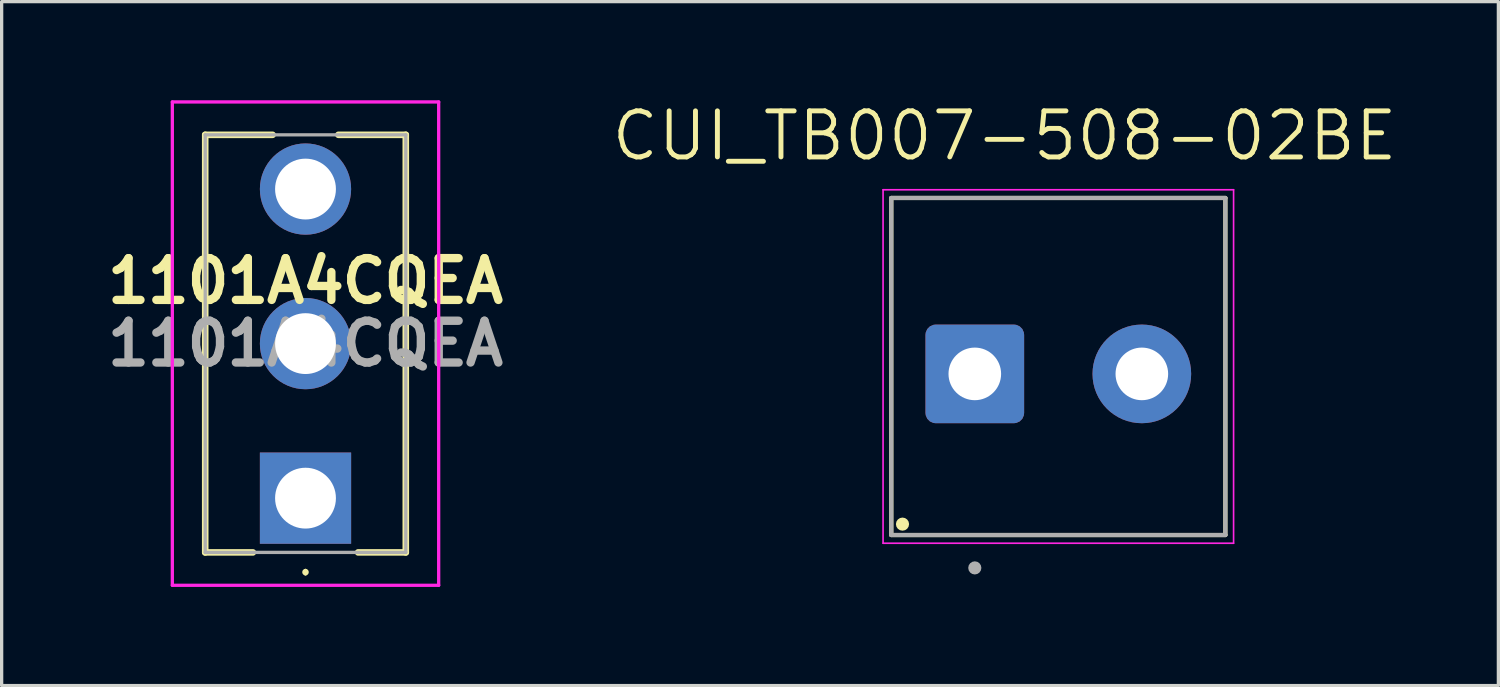
<source format=kicad_pcb>
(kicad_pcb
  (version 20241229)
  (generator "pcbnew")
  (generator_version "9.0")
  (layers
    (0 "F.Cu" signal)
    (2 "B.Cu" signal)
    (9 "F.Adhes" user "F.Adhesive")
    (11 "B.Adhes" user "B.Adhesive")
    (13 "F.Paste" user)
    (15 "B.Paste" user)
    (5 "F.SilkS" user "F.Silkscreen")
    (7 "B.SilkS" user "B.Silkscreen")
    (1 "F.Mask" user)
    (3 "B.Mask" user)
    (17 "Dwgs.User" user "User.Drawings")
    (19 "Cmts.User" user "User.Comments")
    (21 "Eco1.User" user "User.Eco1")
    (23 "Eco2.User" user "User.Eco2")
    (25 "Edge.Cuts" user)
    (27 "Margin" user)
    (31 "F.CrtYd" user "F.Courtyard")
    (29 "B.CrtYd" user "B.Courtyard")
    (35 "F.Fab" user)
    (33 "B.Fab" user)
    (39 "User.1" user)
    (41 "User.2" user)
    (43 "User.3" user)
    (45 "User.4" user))
  (footprint "1101A4CQEA"
    (layer "F.Cu")
    (at 6.241 12.1)
    (property "Reference" "1101A4CQEA" (at 0 -6.604 0) (layer "F.SilkS") (effects (font (size 1.27 1.27) (thickness 0.254))))
    (attr through_hole)
    (fp_line (start -3.05 -11.05) (end -3.05 1.65) (stroke (width 0.2) (type solid)) (layer "F.SilkS"))
    (fp_line (start -3.05 1.65) (end -1.6 1.65) (stroke (width 0.2) (type solid)) (layer "F.SilkS"))
    (fp_line (start -1 -11.05) (end -3.05 -11.05) (stroke (width 0.2) (type solid)) (layer "F.SilkS"))
    (fp_line (start 0 2.2) (end 0 2.2) (stroke (width 0.1) (type solid)) (layer "F.SilkS"))
    (fp_line (start 0 2.3) (end 0 2.3) (stroke (width 0.1) (type solid)) (layer "F.SilkS"))
    (fp_line (start 1.6 1.65) (end 3.05 1.65) (stroke (width 0.2) (type solid)) (layer "F.SilkS"))
    (fp_line (start 3.05 -11.05) (end 1 -11.05) (stroke (width 0.2) (type solid)) (layer "F.SilkS"))
    (fp_line (start 3.05 1.65) (end 3.05 -11.05) (stroke (width 0.2) (type solid)) (layer "F.SilkS"))
    (fp_arc (start 0 2.2) (mid 0.05 2.25) (end 0 2.3) (stroke (width 0.1) (type solid)) (layer "F.SilkS"))
    (fp_arc (start 0 2.3) (mid -0.05 2.25) (end 0 2.2) (stroke (width 0.1) (type solid)) (layer "F.SilkS"))
    (fp_line (start -4.05 -12.05) (end 4.05 -12.05) (stroke (width 0.1) (type solid)) (layer "F.CrtYd"))
    (fp_line (start -4.05 2.65) (end -4.05 -12.05) (stroke (width 0.1) (type solid)) (layer "F.CrtYd"))
    (fp_line (start 4.05 -12.05) (end 4.05 2.65) (stroke (width 0.1) (type solid)) (layer "F.CrtYd"))
    (fp_line (start 4.05 2.65) (end -4.05 2.65) (stroke (width 0.1) (type solid)) (layer "F.CrtYd"))
    (fp_line (start -3.05 -11.05) (end 3.05 -11.05) (stroke (width 0.1) (type solid)) (layer "F.Fab"))
    (fp_line (start -3.05 1.65) (end -3.05 -11.05) (stroke (width 0.1) (type solid)) (layer "F.Fab"))
    (fp_line (start 3.05 -11.05) (end 3.05 1.65) (stroke (width 0.1) (type solid)) (layer "F.Fab"))
    (fp_line (start 3.05 1.65) (end -3.05 1.65) (stroke (width 0.1) (type solid)) (layer "F.Fab"))
    (fp_text user "${REFERENCE}" (at 0 -4.7 0) (layer "F.Fab") (effects (font (size 1.27 1.27) (thickness 0.254))))
    (pad "1" thru_hole rect (at 0 0) (size 2.775 2.775) (drill 1.85) (layers "*.Cu" "*.Mask"))
    (pad "2" thru_hole circle (at 0 -4.7) (size 2.775 2.775) (drill 1.85) (layers "*.Cu" "*.Mask"))
    (pad "3" thru_hole circle (at 0 -9.4) (size 2.775 2.775) (drill 1.85) (layers "*.Cu" "*.Mask")))
  (footprint "CUI_TB007-508-02BE"
    (layer "F.Cu")
    (at 26.596 8.321)
    (property "Reference" "CUI_TB007-508-02BE" (at 0.905 -7.239 0) (layer "F.SilkS") (effects (font (size 1.4 1.4) (thickness 0.15))))
    (attr through_hole)
    (fp_line (start -2.54 -5.35) (end 7.62 -5.35) (stroke (width 0.127) (type solid)) (layer "F.SilkS"))
    (fp_line (start -2.54 4.9) (end -2.54 -5.35) (stroke (width 0.127) (type solid)) (layer "F.SilkS"))
    (fp_line (start 7.62 -5.35) (end 7.62 4.9) (stroke (width 0.127) (type solid)) (layer "F.SilkS"))
    (fp_line (start 7.62 4.9) (end -2.54 4.9) (stroke (width 0.127) (type solid)) (layer "F.SilkS"))
    (fp_circle (center -2.199 4.569) (end -2.099 4.569) (stroke (width 0.2) (type solid)) (fill no) (layer "F.SilkS"))
    (fp_line (start -2.79 -5.6) (end 7.87 -5.6) (stroke (width 0.05) (type solid)) (layer "F.CrtYd"))
    (fp_line (start -2.79 5.15) (end -2.79 -5.6) (stroke (width 0.05) (type solid)) (layer "F.CrtYd"))
    (fp_line (start 7.87 -5.6) (end 7.87 5.15) (stroke (width 0.05) (type solid)) (layer "F.CrtYd"))
    (fp_line (start 7.87 5.15) (end -2.79 5.15) (stroke (width 0.05) (type solid)) (layer "F.CrtYd"))
    (fp_line (start -2.54 -5.35) (end 7.62 -5.35) (stroke (width 0.127) (type solid)) (layer "F.Fab"))
    (fp_line (start -2.54 4.9) (end -2.54 -5.35) (stroke (width 0.127) (type solid)) (layer "F.Fab"))
    (fp_line (start 7.62 -5.35) (end 7.62 4.9) (stroke (width 0.127) (type solid)) (layer "F.Fab"))
    (fp_line (start 7.62 4.9) (end -2.54 4.9) (stroke (width 0.127) (type solid)) (layer "F.Fab"))
    (fp_circle (center 0 5.9) (end 0.1 5.9) (stroke (width 0.2) (type solid)) (fill no) (layer "F.Fab"))
    (pad "1" thru_hole roundrect (at 0 0) (size 3 3) (drill 1.6) (layers "*.Cu" "*.Mask") (roundrect_rratio 0.104))
    (pad "2" thru_hole circle (at 5.08 0) (size 3 3) (drill 1.6) (layers "*.Cu" "*.Mask")))
  (gr_rect
    (start -3 -3)
    (end 42.519 17.8)
    (stroke (width 0.1) (type default))
    (fill no)
    (layer "Edge.Cuts")))
</source>
